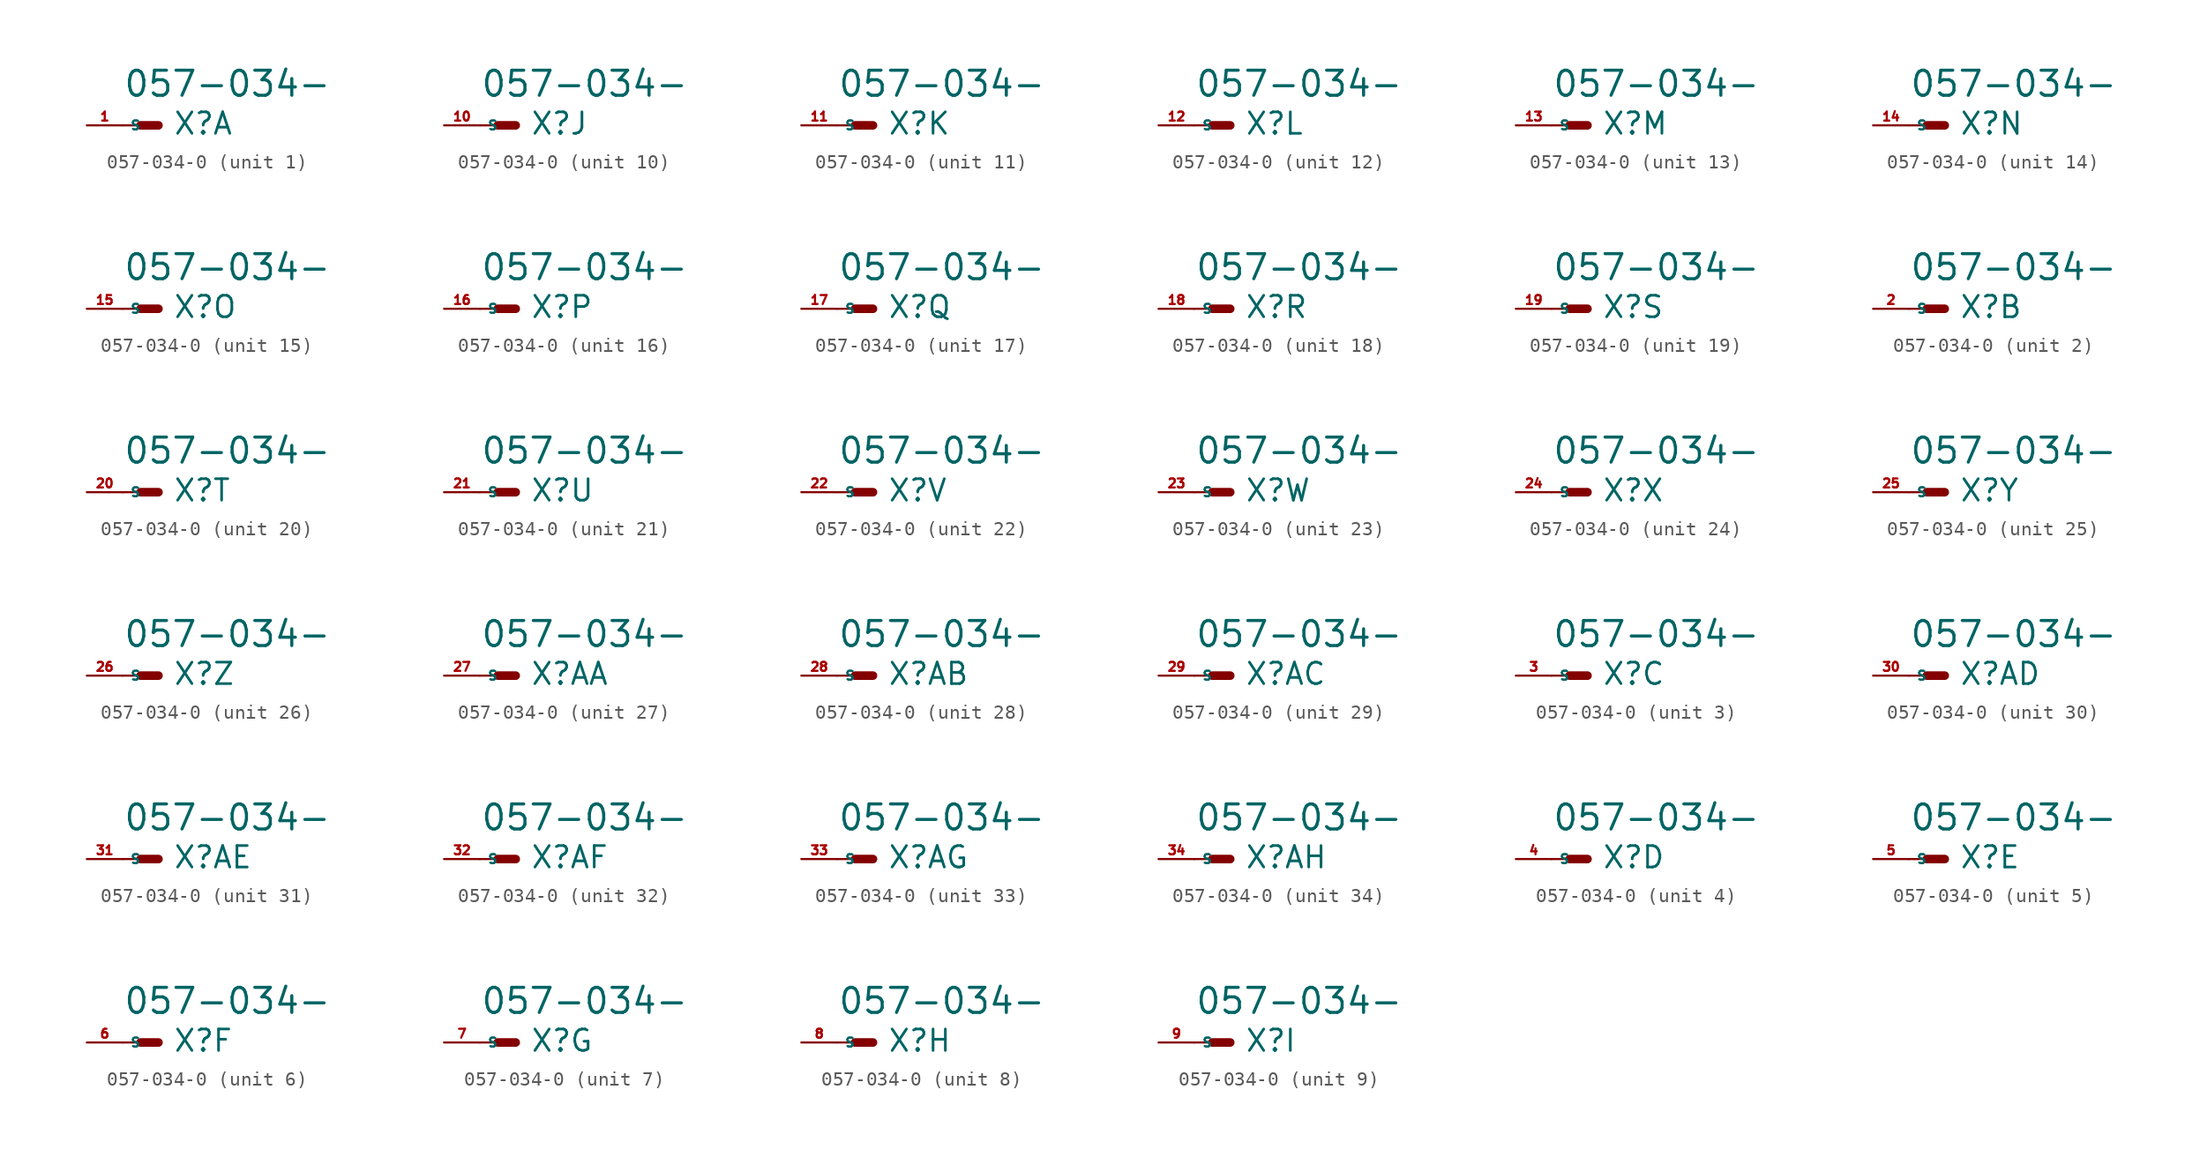
<source format=kicad_sym>
(kicad_symbol_lib
  (version 20220914)
  (generator Eagle2Kicad)
  (symbol "057-034-0"
    (property "Reference" "X"
      (at 1.016 -0.762 0)
      (effects (font (size 1.524 1.524) (thickness 0.19)) (justify left bottom)))
    (property "Value" "057-034-"
      (at -2.54 1.905 0)
      (effects (font (size 1.778 1.778) (thickness 0.22)) (justify left bottom)))
    (symbol "057-034-0_1_0"
      (polyline (pts (xy 0 0) (xy -1.27 0)) (stroke (width 0.61) (type default)) (fill (type none)))
      (polyline (pts (xy -2.54 0) (xy -1.27 0)) (stroke (width 0.152) (type default)) (fill (type none)))
      (pin passive line (at -5.08 0 0) (length 2.54) (name "S" (effects (font (size 0.635 0.635) (thickness 0.08)) (justify left bottom))) (number "1" (effects (font (size 0.635 0.635) (thickness 0.08)) (justify left bottom)))))
    (symbol "057-034-0_2_0"
      (polyline (pts (xy 0 0) (xy -1.27 0)) (stroke (width 0.61) (type default)) (fill (type none)))
      (polyline (pts (xy -2.54 0) (xy -1.27 0)) (stroke (width 0.152) (type default)) (fill (type none)))
      (pin passive line (at -5.08 0 0) (length 2.54) (name "S" (effects (font (size 0.635 0.635) (thickness 0.08)) (justify left bottom))) (number "2" (effects (font (size 0.635 0.635) (thickness 0.08)) (justify left bottom)))))
    (symbol "057-034-0_3_0"
      (polyline (pts (xy 0 0) (xy -1.27 0)) (stroke (width 0.61) (type default)) (fill (type none)))
      (polyline (pts (xy -2.54 0) (xy -1.27 0)) (stroke (width 0.152) (type default)) (fill (type none)))
      (pin passive line (at -5.08 0 0) (length 2.54) (name "S" (effects (font (size 0.635 0.635) (thickness 0.08)) (justify left bottom))) (number "3" (effects (font (size 0.635 0.635) (thickness 0.08)) (justify left bottom)))))
    (symbol "057-034-0_4_0"
      (polyline (pts (xy 0 0) (xy -1.27 0)) (stroke (width 0.61) (type default)) (fill (type none)))
      (polyline (pts (xy -2.54 0) (xy -1.27 0)) (stroke (width 0.152) (type default)) (fill (type none)))
      (pin passive line (at -5.08 0 0) (length 2.54) (name "S" (effects (font (size 0.635 0.635) (thickness 0.08)) (justify left bottom))) (number "4" (effects (font (size 0.635 0.635) (thickness 0.08)) (justify left bottom)))))
    (symbol "057-034-0_5_0"
      (polyline (pts (xy 0 0) (xy -1.27 0)) (stroke (width 0.61) (type default)) (fill (type none)))
      (polyline (pts (xy -2.54 0) (xy -1.27 0)) (stroke (width 0.152) (type default)) (fill (type none)))
      (pin passive line (at -5.08 0 0) (length 2.54) (name "S" (effects (font (size 0.635 0.635) (thickness 0.08)) (justify left bottom))) (number "5" (effects (font (size 0.635 0.635) (thickness 0.08)) (justify left bottom)))))
    (symbol "057-034-0_6_0"
      (polyline (pts (xy 0 0) (xy -1.27 0)) (stroke (width 0.61) (type default)) (fill (type none)))
      (polyline (pts (xy -2.54 0) (xy -1.27 0)) (stroke (width 0.152) (type default)) (fill (type none)))
      (pin passive line (at -5.08 0 0) (length 2.54) (name "S" (effects (font (size 0.635 0.635) (thickness 0.08)) (justify left bottom))) (number "6" (effects (font (size 0.635 0.635) (thickness 0.08)) (justify left bottom)))))
    (symbol "057-034-0_7_0"
      (polyline (pts (xy 0 0) (xy -1.27 0)) (stroke (width 0.61) (type default)) (fill (type none)))
      (polyline (pts (xy -2.54 0) (xy -1.27 0)) (stroke (width 0.152) (type default)) (fill (type none)))
      (pin passive line (at -5.08 0 0) (length 2.54) (name "S" (effects (font (size 0.635 0.635) (thickness 0.08)) (justify left bottom))) (number "7" (effects (font (size 0.635 0.635) (thickness 0.08)) (justify left bottom)))))
    (symbol "057-034-0_8_0"
      (polyline (pts (xy 0 0) (xy -1.27 0)) (stroke (width 0.61) (type default)) (fill (type none)))
      (polyline (pts (xy -2.54 0) (xy -1.27 0)) (stroke (width 0.152) (type default)) (fill (type none)))
      (pin passive line (at -5.08 0 0) (length 2.54) (name "S" (effects (font (size 0.635 0.635) (thickness 0.08)) (justify left bottom))) (number "8" (effects (font (size 0.635 0.635) (thickness 0.08)) (justify left bottom)))))
    (symbol "057-034-0_9_0"
      (polyline (pts (xy 0 0) (xy -1.27 0)) (stroke (width 0.61) (type default)) (fill (type none)))
      (polyline (pts (xy -2.54 0) (xy -1.27 0)) (stroke (width 0.152) (type default)) (fill (type none)))
      (pin passive line (at -5.08 0 0) (length 2.54) (name "S" (effects (font (size 0.635 0.635) (thickness 0.08)) (justify left bottom))) (number "9" (effects (font (size 0.635 0.635) (thickness 0.08)) (justify left bottom)))))
    (symbol "057-034-0_10_0"
      (polyline (pts (xy 0 0) (xy -1.27 0)) (stroke (width 0.61) (type default)) (fill (type none)))
      (polyline (pts (xy -2.54 0) (xy -1.27 0)) (stroke (width 0.152) (type default)) (fill (type none)))
      (pin passive line (at -5.08 0 0) (length 2.54) (name "S" (effects (font (size 0.635 0.635) (thickness 0.08)) (justify left bottom))) (number "10" (effects (font (size 0.635 0.635) (thickness 0.08)) (justify left bottom)))))
    (symbol "057-034-0_11_0"
      (polyline (pts (xy 0 0) (xy -1.27 0)) (stroke (width 0.61) (type default)) (fill (type none)))
      (polyline (pts (xy -2.54 0) (xy -1.27 0)) (stroke (width 0.152) (type default)) (fill (type none)))
      (pin passive line (at -5.08 0 0) (length 2.54) (name "S" (effects (font (size 0.635 0.635) (thickness 0.08)) (justify left bottom))) (number "11" (effects (font (size 0.635 0.635) (thickness 0.08)) (justify left bottom)))))
    (symbol "057-034-0_12_0"
      (polyline (pts (xy 0 0) (xy -1.27 0)) (stroke (width 0.61) (type default)) (fill (type none)))
      (polyline (pts (xy -2.54 0) (xy -1.27 0)) (stroke (width 0.152) (type default)) (fill (type none)))
      (pin passive line (at -5.08 0 0) (length 2.54) (name "S" (effects (font (size 0.635 0.635) (thickness 0.08)) (justify left bottom))) (number "12" (effects (font (size 0.635 0.635) (thickness 0.08)) (justify left bottom)))))
    (symbol "057-034-0_13_0"
      (polyline (pts (xy 0 0) (xy -1.27 0)) (stroke (width 0.61) (type default)) (fill (type none)))
      (polyline (pts (xy -2.54 0) (xy -1.27 0)) (stroke (width 0.152) (type default)) (fill (type none)))
      (pin passive line (at -5.08 0 0) (length 2.54) (name "S" (effects (font (size 0.635 0.635) (thickness 0.08)) (justify left bottom))) (number "13" (effects (font (size 0.635 0.635) (thickness 0.08)) (justify left bottom)))))
    (symbol "057-034-0_14_0"
      (polyline (pts (xy 0 0) (xy -1.27 0)) (stroke (width 0.61) (type default)) (fill (type none)))
      (polyline (pts (xy -2.54 0) (xy -1.27 0)) (stroke (width 0.152) (type default)) (fill (type none)))
      (pin passive line (at -5.08 0 0) (length 2.54) (name "S" (effects (font (size 0.635 0.635) (thickness 0.08)) (justify left bottom))) (number "14" (effects (font (size 0.635 0.635) (thickness 0.08)) (justify left bottom)))))
    (symbol "057-034-0_15_0"
      (polyline (pts (xy 0 0) (xy -1.27 0)) (stroke (width 0.61) (type default)) (fill (type none)))
      (polyline (pts (xy -2.54 0) (xy -1.27 0)) (stroke (width 0.152) (type default)) (fill (type none)))
      (pin passive line (at -5.08 0 0) (length 2.54) (name "S" (effects (font (size 0.635 0.635) (thickness 0.08)) (justify left bottom))) (number "15" (effects (font (size 0.635 0.635) (thickness 0.08)) (justify left bottom)))))
    (symbol "057-034-0_16_0"
      (polyline (pts (xy 0 0) (xy -1.27 0)) (stroke (width 0.61) (type default)) (fill (type none)))
      (polyline (pts (xy -2.54 0) (xy -1.27 0)) (stroke (width 0.152) (type default)) (fill (type none)))
      (pin passive line (at -5.08 0 0) (length 2.54) (name "S" (effects (font (size 0.635 0.635) (thickness 0.08)) (justify left bottom))) (number "16" (effects (font (size 0.635 0.635) (thickness 0.08)) (justify left bottom)))))
    (symbol "057-034-0_17_0"
      (polyline (pts (xy 0 0) (xy -1.27 0)) (stroke (width 0.61) (type default)) (fill (type none)))
      (polyline (pts (xy -2.54 0) (xy -1.27 0)) (stroke (width 0.152) (type default)) (fill (type none)))
      (pin passive line (at -5.08 0 0) (length 2.54) (name "S" (effects (font (size 0.635 0.635) (thickness 0.08)) (justify left bottom))) (number "17" (effects (font (size 0.635 0.635) (thickness 0.08)) (justify left bottom)))))
    (symbol "057-034-0_18_0"
      (polyline (pts (xy 0 0) (xy -1.27 0)) (stroke (width 0.61) (type default)) (fill (type none)))
      (polyline (pts (xy -2.54 0) (xy -1.27 0)) (stroke (width 0.152) (type default)) (fill (type none)))
      (pin passive line (at -5.08 0 0) (length 2.54) (name "S" (effects (font (size 0.635 0.635) (thickness 0.08)) (justify left bottom))) (number "18" (effects (font (size 0.635 0.635) (thickness 0.08)) (justify left bottom)))))
    (symbol "057-034-0_19_0"
      (polyline (pts (xy 0 0) (xy -1.27 0)) (stroke (width 0.61) (type default)) (fill (type none)))
      (polyline (pts (xy -2.54 0) (xy -1.27 0)) (stroke (width 0.152) (type default)) (fill (type none)))
      (pin passive line (at -5.08 0 0) (length 2.54) (name "S" (effects (font (size 0.635 0.635) (thickness 0.08)) (justify left bottom))) (number "19" (effects (font (size 0.635 0.635) (thickness 0.08)) (justify left bottom)))))
    (symbol "057-034-0_20_0"
      (polyline (pts (xy 0 0) (xy -1.27 0)) (stroke (width 0.61) (type default)) (fill (type none)))
      (polyline (pts (xy -2.54 0) (xy -1.27 0)) (stroke (width 0.152) (type default)) (fill (type none)))
      (pin passive line (at -5.08 0 0) (length 2.54) (name "S" (effects (font (size 0.635 0.635) (thickness 0.08)) (justify left bottom))) (number "20" (effects (font (size 0.635 0.635) (thickness 0.08)) (justify left bottom)))))
    (symbol "057-034-0_21_0"
      (polyline (pts (xy 0 0) (xy -1.27 0)) (stroke (width 0.61) (type default)) (fill (type none)))
      (polyline (pts (xy -2.54 0) (xy -1.27 0)) (stroke (width 0.152) (type default)) (fill (type none)))
      (pin passive line (at -5.08 0 0) (length 2.54) (name "S" (effects (font (size 0.635 0.635) (thickness 0.08)) (justify left bottom))) (number "21" (effects (font (size 0.635 0.635) (thickness 0.08)) (justify left bottom)))))
    (symbol "057-034-0_22_0"
      (polyline (pts (xy 0 0) (xy -1.27 0)) (stroke (width 0.61) (type default)) (fill (type none)))
      (polyline (pts (xy -2.54 0) (xy -1.27 0)) (stroke (width 0.152) (type default)) (fill (type none)))
      (pin passive line (at -5.08 0 0) (length 2.54) (name "S" (effects (font (size 0.635 0.635) (thickness 0.08)) (justify left bottom))) (number "22" (effects (font (size 0.635 0.635) (thickness 0.08)) (justify left bottom)))))
    (symbol "057-034-0_23_0"
      (polyline (pts (xy 0 0) (xy -1.27 0)) (stroke (width 0.61) (type default)) (fill (type none)))
      (polyline (pts (xy -2.54 0) (xy -1.27 0)) (stroke (width 0.152) (type default)) (fill (type none)))
      (pin passive line (at -5.08 0 0) (length 2.54) (name "S" (effects (font (size 0.635 0.635) (thickness 0.08)) (justify left bottom))) (number "23" (effects (font (size 0.635 0.635) (thickness 0.08)) (justify left bottom)))))
    (symbol "057-034-0_24_0"
      (polyline (pts (xy 0 0) (xy -1.27 0)) (stroke (width 0.61) (type default)) (fill (type none)))
      (polyline (pts (xy -2.54 0) (xy -1.27 0)) (stroke (width 0.152) (type default)) (fill (type none)))
      (pin passive line (at -5.08 0 0) (length 2.54) (name "S" (effects (font (size 0.635 0.635) (thickness 0.08)) (justify left bottom))) (number "24" (effects (font (size 0.635 0.635) (thickness 0.08)) (justify left bottom)))))
    (symbol "057-034-0_25_0"
      (polyline (pts (xy 0 0) (xy -1.27 0)) (stroke (width 0.61) (type default)) (fill (type none)))
      (polyline (pts (xy -2.54 0) (xy -1.27 0)) (stroke (width 0.152) (type default)) (fill (type none)))
      (pin passive line (at -5.08 0 0) (length 2.54) (name "S" (effects (font (size 0.635 0.635) (thickness 0.08)) (justify left bottom))) (number "25" (effects (font (size 0.635 0.635) (thickness 0.08)) (justify left bottom)))))
    (symbol "057-034-0_26_0"
      (polyline (pts (xy 0 0) (xy -1.27 0)) (stroke (width 0.61) (type default)) (fill (type none)))
      (polyline (pts (xy -2.54 0) (xy -1.27 0)) (stroke (width 0.152) (type default)) (fill (type none)))
      (pin passive line (at -5.08 0 0) (length 2.54) (name "S" (effects (font (size 0.635 0.635) (thickness 0.08)) (justify left bottom))) (number "26" (effects (font (size 0.635 0.635) (thickness 0.08)) (justify left bottom)))))
    (symbol "057-034-0_27_0"
      (polyline (pts (xy 0 0) (xy -1.27 0)) (stroke (width 0.61) (type default)) (fill (type none)))
      (polyline (pts (xy -2.54 0) (xy -1.27 0)) (stroke (width 0.152) (type default)) (fill (type none)))
      (pin passive line (at -5.08 0 0) (length 2.54) (name "S" (effects (font (size 0.635 0.635) (thickness 0.08)) (justify left bottom))) (number "27" (effects (font (size 0.635 0.635) (thickness 0.08)) (justify left bottom)))))
    (symbol "057-034-0_28_0"
      (polyline (pts (xy 0 0) (xy -1.27 0)) (stroke (width 0.61) (type default)) (fill (type none)))
      (polyline (pts (xy -2.54 0) (xy -1.27 0)) (stroke (width 0.152) (type default)) (fill (type none)))
      (pin passive line (at -5.08 0 0) (length 2.54) (name "S" (effects (font (size 0.635 0.635) (thickness 0.08)) (justify left bottom))) (number "28" (effects (font (size 0.635 0.635) (thickness 0.08)) (justify left bottom)))))
    (symbol "057-034-0_29_0"
      (polyline (pts (xy 0 0) (xy -1.27 0)) (stroke (width 0.61) (type default)) (fill (type none)))
      (polyline (pts (xy -2.54 0) (xy -1.27 0)) (stroke (width 0.152) (type default)) (fill (type none)))
      (pin passive line (at -5.08 0 0) (length 2.54) (name "S" (effects (font (size 0.635 0.635) (thickness 0.08)) (justify left bottom))) (number "29" (effects (font (size 0.635 0.635) (thickness 0.08)) (justify left bottom)))))
    (symbol "057-034-0_30_0"
      (polyline (pts (xy 0 0) (xy -1.27 0)) (stroke (width 0.61) (type default)) (fill (type none)))
      (polyline (pts (xy -2.54 0) (xy -1.27 0)) (stroke (width 0.152) (type default)) (fill (type none)))
      (pin passive line (at -5.08 0 0) (length 2.54) (name "S" (effects (font (size 0.635 0.635) (thickness 0.08)) (justify left bottom))) (number "30" (effects (font (size 0.635 0.635) (thickness 0.08)) (justify left bottom)))))
    (symbol "057-034-0_31_0"
      (polyline (pts (xy 0 0) (xy -1.27 0)) (stroke (width 0.61) (type default)) (fill (type none)))
      (polyline (pts (xy -2.54 0) (xy -1.27 0)) (stroke (width 0.152) (type default)) (fill (type none)))
      (pin passive line (at -5.08 0 0) (length 2.54) (name "S" (effects (font (size 0.635 0.635) (thickness 0.08)) (justify left bottom))) (number "31" (effects (font (size 0.635 0.635) (thickness 0.08)) (justify left bottom)))))
    (symbol "057-034-0_32_0"
      (polyline (pts (xy 0 0) (xy -1.27 0)) (stroke (width 0.61) (type default)) (fill (type none)))
      (polyline (pts (xy -2.54 0) (xy -1.27 0)) (stroke (width 0.152) (type default)) (fill (type none)))
      (pin passive line (at -5.08 0 0) (length 2.54) (name "S" (effects (font (size 0.635 0.635) (thickness 0.08)) (justify left bottom))) (number "32" (effects (font (size 0.635 0.635) (thickness 0.08)) (justify left bottom)))))
    (symbol "057-034-0_33_0"
      (polyline (pts (xy 0 0) (xy -1.27 0)) (stroke (width 0.61) (type default)) (fill (type none)))
      (polyline (pts (xy -2.54 0) (xy -1.27 0)) (stroke (width 0.152) (type default)) (fill (type none)))
      (pin passive line (at -5.08 0 0) (length 2.54) (name "S" (effects (font (size 0.635 0.635) (thickness 0.08)) (justify left bottom))) (number "33" (effects (font (size 0.635 0.635) (thickness 0.08)) (justify left bottom)))))
    (symbol "057-034-0_34_0"
      (polyline (pts (xy 0 0) (xy -1.27 0)) (stroke (width 0.61) (type default)) (fill (type none)))
      (polyline (pts (xy -2.54 0) (xy -1.27 0)) (stroke (width 0.152) (type default)) (fill (type none)))
      (pin passive line (at -5.08 0 0) (length 2.54) (name "S" (effects (font (size 0.635 0.635) (thickness 0.08)) (justify left bottom))) (number "34" (effects (font (size 0.635 0.635) (thickness 0.08)) (justify left bottom)))))))
</source>
